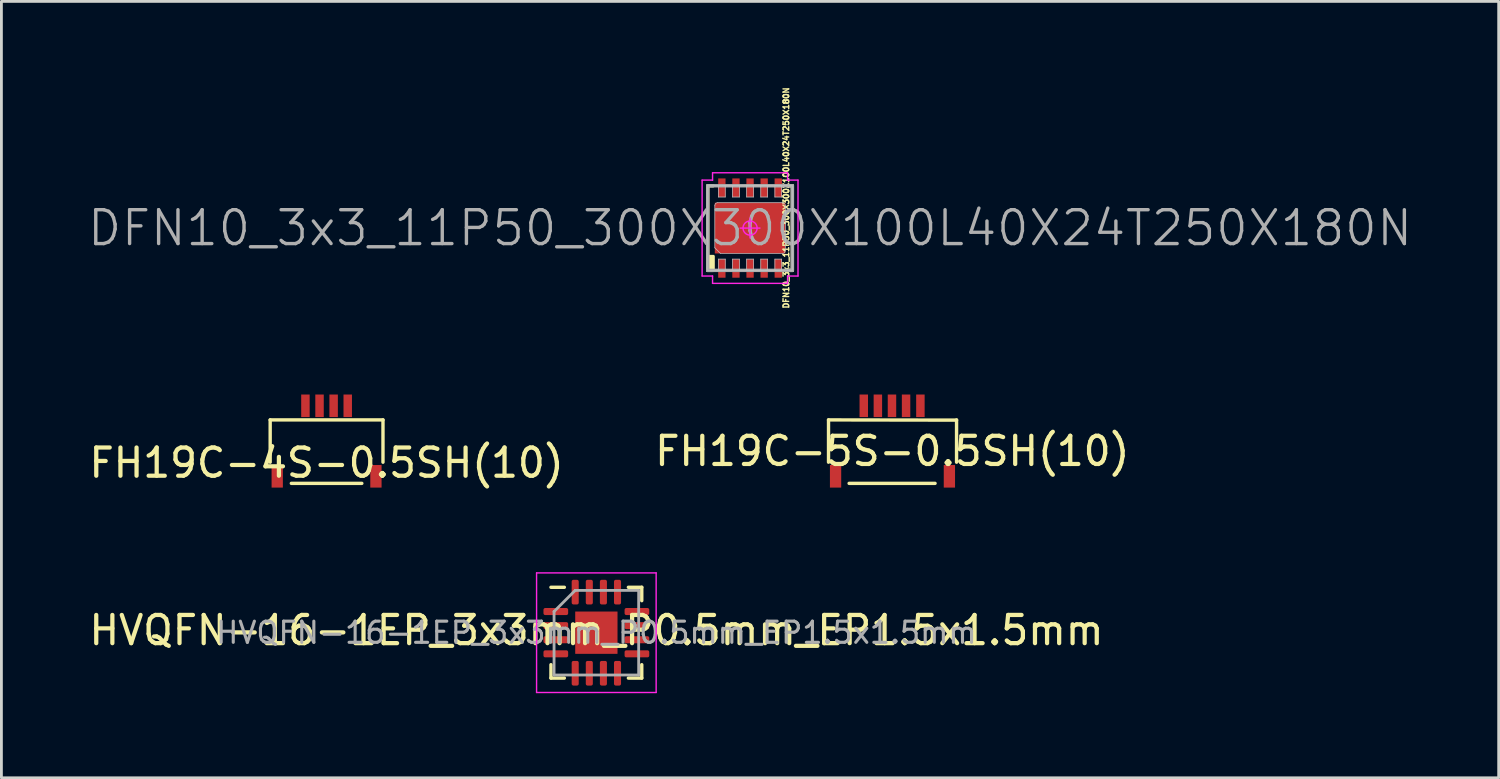
<source format=kicad_pcb>
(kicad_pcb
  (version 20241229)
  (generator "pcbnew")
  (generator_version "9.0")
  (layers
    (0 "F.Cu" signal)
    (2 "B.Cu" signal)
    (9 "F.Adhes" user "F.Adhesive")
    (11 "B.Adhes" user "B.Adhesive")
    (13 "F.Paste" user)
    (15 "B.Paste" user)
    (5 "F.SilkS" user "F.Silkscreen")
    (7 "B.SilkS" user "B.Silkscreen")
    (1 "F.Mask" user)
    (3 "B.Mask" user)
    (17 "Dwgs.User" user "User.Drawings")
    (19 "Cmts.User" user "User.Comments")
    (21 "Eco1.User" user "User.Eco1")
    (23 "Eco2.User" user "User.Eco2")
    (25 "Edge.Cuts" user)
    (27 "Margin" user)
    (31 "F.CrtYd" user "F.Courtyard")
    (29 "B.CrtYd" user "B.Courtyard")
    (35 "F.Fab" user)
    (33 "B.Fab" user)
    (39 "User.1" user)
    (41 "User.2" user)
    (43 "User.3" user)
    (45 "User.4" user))
  (footprint "FH19C-4S-0.5SH(10)"
    (layer "F.Cu")
    (at 8.53 12.863)
    (property "Reference" "FH19C-4S-0.5SH(10)" (at 0 0.5 180) (layer "F.SilkS") (effects (font (size 1 1) (thickness 0.15))))
    (attr through_hole)
    (fp_line (start -2 -1.024) (end -2 0.476) (stroke (width 0.12) (type solid)) (layer "F.SilkS"))
    (fp_line (start -2 -1.024) (end 2 -1.024) (stroke (width 0.12) (type solid)) (layer "F.SilkS"))
    (fp_line (start -1.25 1.226) (end 1.25 1.226) (stroke (width 0.12) (type solid)) (layer "F.SilkS"))
    (fp_line (start 2 -1.024) (end 2 0.476) (stroke (width 0.12) (type solid)) (layer "F.SilkS"))
    (pad "1" smd rect (at -0.75 -1.524) (size 0.3 0.8) (layers "F.Cu" "F.Mask" "F.Paste"))
    (pad "2" smd rect (at -0.25 -1.524) (size 0.3 0.8) (layers "F.Cu" "F.Mask" "F.Paste"))
    (pad "3" smd rect (at 0.25 -1.524) (size 0.3 0.8) (layers "F.Cu" "F.Mask" "F.Paste"))
    (pad "4" smd rect (at 0.75 -1.524) (size 0.3 0.8) (layers "F.Cu" "F.Mask" "F.Paste"))
    (pad "NA" smd rect (at -1.75 0.976) (size 0.4 0.8) (layers "F.Cu" "F.Mask" "F.Paste"))
    (pad "NA" smd rect (at 1.75 0.976) (size 0.4 0.8) (layers "F.Cu" "F.Mask" "F.Paste")))
  (footprint "HVQFN-16-1EP_3x3mm_P0.5mm_EP1.5x1.5mm"
    (layer "F.Cu")
    (at 18.096 19.384)
    (property "Reference" "HVQFN-16-1EP_3x3mm_P0.5mm_EP1.5x1.5mm" (at 0.005 -0.084 180) (layer "F.SilkS") (effects (font (size 1 1) (thickness 0.15))))
    (attr smd)
    (fp_line (start -1.61 1.61) (end -1.61 1.135) (stroke (width 0.12) (type solid)) (layer "F.SilkS"))
    (fp_line (start -1.135 -1.61) (end -1.61 -1.61) (stroke (width 0.12) (type solid)) (layer "F.SilkS"))
    (fp_line (start -1.135 1.61) (end -1.61 1.61) (stroke (width 0.12) (type solid)) (layer "F.SilkS"))
    (fp_line (start 1.135 -1.61) (end 1.61 -1.61) (stroke (width 0.12) (type solid)) (layer "F.SilkS"))
    (fp_line (start 1.135 1.61) (end 1.61 1.61) (stroke (width 0.12) (type solid)) (layer "F.SilkS"))
    (fp_line (start 1.61 -1.61) (end 1.61 -1.135) (stroke (width 0.12) (type solid)) (layer "F.SilkS"))
    (fp_line (start 1.61 1.61) (end 1.61 1.135) (stroke (width 0.12) (type solid)) (layer "F.SilkS"))
    (fp_line (start -2.12 -2.12) (end -2.12 2.12) (stroke (width 0.05) (type solid)) (layer "F.CrtYd"))
    (fp_line (start -2.12 2.12) (end 2.12 2.12) (stroke (width 0.05) (type solid)) (layer "F.CrtYd"))
    (fp_line (start 2.12 -2.12) (end -2.12 -2.12) (stroke (width 0.05) (type solid)) (layer "F.CrtYd"))
    (fp_line (start 2.12 2.12) (end 2.12 -2.12) (stroke (width 0.05) (type solid)) (layer "F.CrtYd"))
    (fp_line (start -1.5 -0.75) (end -0.75 -1.5) (stroke (width 0.1) (type solid)) (layer "F.Fab"))
    (fp_line (start -1.5 1.5) (end -1.5 -0.75) (stroke (width 0.1) (type solid)) (layer "F.Fab"))
    (fp_line (start -0.75 -1.5) (end 1.5 -1.5) (stroke (width 0.1) (type solid)) (layer "F.Fab"))
    (fp_line (start 1.5 -1.5) (end 1.5 1.5) (stroke (width 0.1) (type solid)) (layer "F.Fab"))
    (fp_line (start 1.5 1.5) (end -1.5 1.5) (stroke (width 0.1) (type solid)) (layer "F.Fab"))
    (fp_text user "${REFERENCE}" (at 0 0 180) (layer "F.Fab") (effects (font (size 0.75 0.75) (thickness 0.11))))
    (pad "" smd roundrect (at -0.375 -0.375) (size 0.6 0.6) (layers "F.Paste") (roundrect_rratio 0.25))
    (pad "" smd roundrect (at -0.375 0.375) (size 0.6 0.6) (layers "F.Paste") (roundrect_rratio 0.25))
    (pad "" smd roundrect (at 0.375 -0.375) (size 0.6 0.6) (layers "F.Paste") (roundrect_rratio 0.25))
    (pad "" smd roundrect (at 0.375 0.375) (size 0.6 0.6) (layers "F.Paste") (roundrect_rratio 0.25))
    (pad "1" smd roundrect (at -1.438 -0.75) (size 0.875 0.25) (layers "F.Cu" "F.Mask" "F.Paste") (roundrect_rratio 0.25))
    (pad "2" smd roundrect (at -1.438 -0.25) (size 0.875 0.25) (layers "F.Cu" "F.Mask" "F.Paste") (roundrect_rratio 0.25))
    (pad "3" smd roundrect (at -1.438 0.25) (size 0.875 0.25) (layers "F.Cu" "F.Mask" "F.Paste") (roundrect_rratio 0.25))
    (pad "4" smd roundrect (at -1.438 0.75) (size 0.875 0.25) (layers "F.Cu" "F.Mask" "F.Paste") (roundrect_rratio 0.25))
    (pad "5" smd roundrect (at -0.75 1.438) (size 0.25 0.875) (layers "F.Cu" "F.Mask" "F.Paste") (roundrect_rratio 0.25))
    (pad "6" smd roundrect (at -0.25 1.438) (size 0.25 0.875) (layers "F.Cu" "F.Mask" "F.Paste") (roundrect_rratio 0.25))
    (pad "7" smd roundrect (at 0.25 1.438) (size 0.25 0.875) (layers "F.Cu" "F.Mask" "F.Paste") (roundrect_rratio 0.25))
    (pad "8" smd roundrect (at 0.75 1.438) (size 0.25 0.875) (layers "F.Cu" "F.Mask" "F.Paste") (roundrect_rratio 0.25))
    (pad "9" smd roundrect (at 1.438 0.75) (size 0.875 0.25) (layers "F.Cu" "F.Mask" "F.Paste") (roundrect_rratio 0.25))
    (pad "10" smd roundrect (at 1.438 0.25) (size 0.875 0.25) (layers "F.Cu" "F.Mask" "F.Paste") (roundrect_rratio 0.25))
    (pad "11" smd roundrect (at 1.438 -0.25) (size 0.875 0.25) (layers "F.Cu" "F.Mask" "F.Paste") (roundrect_rratio 0.25))
    (pad "12" smd roundrect (at 1.438 -0.75) (size 0.875 0.25) (layers "F.Cu" "F.Mask" "F.Paste") (roundrect_rratio 0.25))
    (pad "13" smd roundrect (at 0.75 -1.438) (size 0.25 0.875) (layers "F.Cu" "F.Mask" "F.Paste") (roundrect_rratio 0.25))
    (pad "14" smd roundrect (at 0.25 -1.438) (size 0.25 0.875) (layers "F.Cu" "F.Mask" "F.Paste") (roundrect_rratio 0.25))
    (pad "15" smd roundrect (at -0.25 -1.438) (size 0.25 0.875) (layers "F.Cu" "F.Mask" "F.Paste") (roundrect_rratio 0.25))
    (pad "16" smd roundrect (at -0.75 -1.438) (size 0.25 0.875) (layers "F.Cu" "F.Mask" "F.Paste") (roundrect_rratio 0.25))
    (pad "17" smd rect (at 0 0) (size 1.5 1.5) (layers "F.Cu" "F.Mask")))
  (footprint "FH19C-5S-0.5SH(10)"
    (layer "F.Cu")
    (at 28.582 12.863)
    (property "Reference" "FH19C-5S-0.5SH(10)" (at 0.008 0.084 180) (layer "F.SilkS") (effects (font (size 1 1) (thickness 0.15))))
    (attr through_hole)
    (fp_line (start -2.254 -1.024) (end -2.254 0.476) (stroke (width 0.12) (type solid)) (layer "F.SilkS"))
    (fp_line (start -2.254 -1.024) (end 2.286 -1.016) (stroke (width 0.12) (type solid)) (layer "F.SilkS"))
    (fp_line (start -1.524 1.226) (end 1.524 1.226) (stroke (width 0.12) (type solid)) (layer "F.SilkS"))
    (fp_line (start 2.286 -1.024) (end 2.286 0.476) (stroke (width 0.12) (type solid)) (layer "F.SilkS"))
    (pad "1" smd rect (at -1.004 -1.524) (size 0.3 0.8) (layers "F.Cu" "F.Mask" "F.Paste"))
    (pad "2" smd rect (at -0.504 -1.524) (size 0.3 0.8) (layers "F.Cu" "F.Mask" "F.Paste"))
    (pad "3" smd rect (at -0.004 -1.524) (size 0.3 0.8) (layers "F.Cu" "F.Mask" "F.Paste"))
    (pad "4" smd rect (at 0.496 -1.524) (size 0.3 0.8) (layers "F.Cu" "F.Mask" "F.Paste"))
    (pad "5" smd rect (at 1.004 -1.524) (size 0.3 0.8) (layers "F.Cu" "F.Mask" "F.Paste"))
    (pad "NA" smd rect (at -2.004 0.976) (size 0.4 0.8) (layers "F.Cu" "F.Mask" "F.Paste"))
    (pad "NA" smd rect (at 2.032 0.976) (size 0.4 0.8) (layers "F.Cu" "F.Mask" "F.Paste")))
  (footprint "DFN10_3x3_11P50_300X300X100L40X24T250X180N"
    (layer "F.Cu")
    (at 23.546 5.037)
    (property "Reference" "DFN10_3x3_11P50_300X300X100L40X24T250X180N" (at 0 0 180) (layer "F.Fab") (effects (font (size 1.2 1.2) (thickness 0.12))))
    (attr smd)
    (fp_line (start -1.5 -1.5) (end -1.31 -1.5) (stroke (width 0.12) (type solid)) (layer "F.SilkS"))
    (fp_line (start -1.5 1.5) (end -1.5 -1.5) (stroke (width 0.12) (type solid)) (layer "F.SilkS"))
    (fp_line (start -1.31 1.5) (end -1.5 1.5) (stroke (width 0.12) (type solid)) (layer "F.SilkS"))
    (fp_line (start 1.31 1.5) (end 1.5 1.5) (stroke (width 0.12) (type solid)) (layer "F.SilkS"))
    (fp_line (start 1.5 -1.5) (end 1.31 -1.5) (stroke (width 0.12) (type solid)) (layer "F.SilkS"))
    (fp_line (start 1.5 1.5) (end 1.5 -1.5) (stroke (width 0.12) (type solid)) (layer "F.SilkS"))
    (fp_poly (pts (xy -1.3 1.5) (xy -1.5 1.5) (xy -1.5 1) (xy -1.3 1)) (stroke (width 0.1) (type solid)) (fill yes) (layer "F.SilkS"))
    (fp_line (start -1.5 -1.5) (end 1.5 -1.5) (stroke (width 0.025) (type solid)) (layer "Dwgs.User"))
    (fp_line (start -1.5 1.5) (end -1.5 -1.5) (stroke (width 0.025) (type solid)) (layer "Dwgs.User"))
    (fp_line (start -1.25 -0.8) (end -1.25 0.7) (stroke (width 0.025) (type solid)) (layer "Dwgs.User"))
    (fp_line (start -1.25 0.7) (end -1.05 0.9) (stroke (width 0.025) (type solid)) (layer "Dwgs.User"))
    (fp_line (start -1.12 -1.5) (end -0.88 -1.5) (stroke (width 0.025) (type solid)) (layer "Dwgs.User"))
    (fp_line (start -1.12 -1.1) (end -1.12 -1.5) (stroke (width 0.025) (type solid)) (layer "Dwgs.User"))
    (fp_line (start -1.12 1.1) (end -0.88 1.1) (stroke (width 0.025) (type solid)) (layer "Dwgs.User"))
    (fp_line (start -1.12 1.5) (end -1.12 1.1) (stroke (width 0.025) (type solid)) (layer "Dwgs.User"))
    (fp_line (start -1.05 0.9) (end 1.15 0.9) (stroke (width 0.025) (type solid)) (layer "Dwgs.User"))
    (fp_line (start -0.88 -1.5) (end -0.88 -1.1) (stroke (width 0.025) (type solid)) (layer "Dwgs.User"))
    (fp_line (start -0.88 -1.1) (end -1.12 -1.1) (stroke (width 0.025) (type solid)) (layer "Dwgs.User"))
    (fp_line (start -0.88 1.1) (end -0.88 1.5) (stroke (width 0.025) (type solid)) (layer "Dwgs.User"))
    (fp_line (start -0.88 1.5) (end -1.12 1.5) (stroke (width 0.025) (type solid)) (layer "Dwgs.User"))
    (fp_line (start -0.62 -1.5) (end -0.38 -1.5) (stroke (width 0.025) (type solid)) (layer "Dwgs.User"))
    (fp_line (start -0.62 -1.1) (end -0.62 -1.5) (stroke (width 0.025) (type solid)) (layer "Dwgs.User"))
    (fp_line (start -0.62 1.1) (end -0.38 1.1) (stroke (width 0.025) (type solid)) (layer "Dwgs.User"))
    (fp_line (start -0.62 1.5) (end -0.62 1.1) (stroke (width 0.025) (type solid)) (layer "Dwgs.User"))
    (fp_line (start -0.38 -1.5) (end -0.38 -1.1) (stroke (width 0.025) (type solid)) (layer "Dwgs.User"))
    (fp_line (start -0.38 -1.1) (end -0.62 -1.1) (stroke (width 0.025) (type solid)) (layer "Dwgs.User"))
    (fp_line (start -0.38 1.1) (end -0.38 1.5) (stroke (width 0.025) (type solid)) (layer "Dwgs.User"))
    (fp_line (start -0.38 1.5) (end -0.62 1.5) (stroke (width 0.025) (type solid)) (layer "Dwgs.User"))
    (fp_line (start -0.12 -1.5) (end 0.12 -1.5) (stroke (width 0.025) (type solid)) (layer "Dwgs.User"))
    (fp_line (start -0.12 -1.1) (end -0.12 -1.5) (stroke (width 0.025) (type solid)) (layer "Dwgs.User"))
    (fp_line (start -0.12 1.1) (end 0.12 1.1) (stroke (width 0.025) (type solid)) (layer "Dwgs.User"))
    (fp_line (start -0.12 1.5) (end -0.12 1.1) (stroke (width 0.025) (type solid)) (layer "Dwgs.User"))
    (fp_line (start 0.12 -1.5) (end 0.12 -1.1) (stroke (width 0.025) (type solid)) (layer "Dwgs.User"))
    (fp_line (start 0.12 -1.1) (end -0.12 -1.1) (stroke (width 0.025) (type solid)) (layer "Dwgs.User"))
    (fp_line (start 0.12 1.1) (end 0.12 1.5) (stroke (width 0.025) (type solid)) (layer "Dwgs.User"))
    (fp_line (start 0.12 1.5) (end -0.12 1.5) (stroke (width 0.025) (type solid)) (layer "Dwgs.User"))
    (fp_line (start 0.38 -1.5) (end 0.62 -1.5) (stroke (width 0.025) (type solid)) (layer "Dwgs.User"))
    (fp_line (start 0.38 -1.1) (end 0.38 -1.5) (stroke (width 0.025) (type solid)) (layer "Dwgs.User"))
    (fp_line (start 0.38 1.1) (end 0.62 1.1) (stroke (width 0.025) (type solid)) (layer "Dwgs.User"))
    (fp_line (start 0.38 1.5) (end 0.38 1.1) (stroke (width 0.025) (type solid)) (layer "Dwgs.User"))
    (fp_line (start 0.62 -1.5) (end 0.62 -1.1) (stroke (width 0.025) (type solid)) (layer "Dwgs.User"))
    (fp_line (start 0.62 -1.1) (end 0.38 -1.1) (stroke (width 0.025) (type solid)) (layer "Dwgs.User"))
    (fp_line (start 0.62 1.1) (end 0.62 1.5) (stroke (width 0.025) (type solid)) (layer "Dwgs.User"))
    (fp_line (start 0.62 1.5) (end 0.38 1.5) (stroke (width 0.025) (type solid)) (layer "Dwgs.User"))
    (fp_line (start 0.88 -1.5) (end 1.12 -1.5) (stroke (width 0.025) (type solid)) (layer "Dwgs.User"))
    (fp_line (start 0.88 -1.1) (end 0.88 -1.5) (stroke (width 0.025) (type solid)) (layer "Dwgs.User"))
    (fp_line (start 0.88 1.1) (end 1.12 1.1) (stroke (width 0.025) (type solid)) (layer "Dwgs.User"))
    (fp_line (start 0.88 1.5) (end 0.88 1.1) (stroke (width 0.025) (type solid)) (layer "Dwgs.User"))
    (fp_line (start 1.12 -1.5) (end 1.12 -1.1) (stroke (width 0.025) (type solid)) (layer "Dwgs.User"))
    (fp_line (start 1.12 -1.1) (end 0.88 -1.1) (stroke (width 0.025) (type solid)) (layer "Dwgs.User"))
    (fp_line (start 1.12 1.1) (end 1.12 1.5) (stroke (width 0.025) (type solid)) (layer "Dwgs.User"))
    (fp_line (start 1.12 1.5) (end 0.88 1.5) (stroke (width 0.025) (type solid)) (layer "Dwgs.User"))
    (fp_line (start 1.15 -0.9) (end -1.15 -0.9) (stroke (width 0.025) (type solid)) (layer "Dwgs.User"))
    (fp_line (start 1.25 0.8) (end 1.25 -0.8) (stroke (width 0.025) (type solid)) (layer "Dwgs.User"))
    (fp_line (start 1.5 -1.5) (end 1.5 1.5) (stroke (width 0.025) (type solid)) (layer "Dwgs.User"))
    (fp_line (start 1.5 1.5) (end -1.5 1.5) (stroke (width 0.025) (type solid)) (layer "Dwgs.User"))
    (fp_arc (start -1.25 -0.8) (mid -1.220711 -0.870711) (end -1.15 -0.9) (stroke (width 0.025) (type solid)) (layer "Dwgs.User"))
    (fp_arc (start 1.15 -0.9) (mid 1.220711 -0.870711) (end 1.25 -0.8) (stroke (width 0.025) (type solid)) (layer "Dwgs.User"))
    (fp_arc (start 1.25 0.8) (mid 1.220711 0.870711) (end 1.15 0.9) (stroke (width 0.025) (type solid)) (layer "Dwgs.User"))
    (fp_line (start -1.7 -1.7) (end -1.7 1.7) (stroke (width 0.05) (type solid)) (layer "F.CrtYd"))
    (fp_line (start -1.7 1.7) (end -1.33 1.7) (stroke (width 0.05) (type solid)) (layer "F.CrtYd"))
    (fp_line (start -1.33 -1.96) (end -1.33 -1.7) (stroke (width 0.05) (type solid)) (layer "F.CrtYd"))
    (fp_line (start -1.33 -1.7) (end -1.7 -1.7) (stroke (width 0.05) (type solid)) (layer "F.CrtYd"))
    (fp_line (start -1.33 1.7) (end -1.33 1.96) (stroke (width 0.05) (type solid)) (layer "F.CrtYd"))
    (fp_line (start -1.33 1.96) (end 1.33 1.96) (stroke (width 0.05) (type solid)) (layer "F.CrtYd"))
    (fp_line (start -0.35 0) (end 0.35 0) (stroke (width 0.05) (type solid)) (layer "F.CrtYd"))
    (fp_line (start 0 -0.35) (end 0 0.35) (stroke (width 0.05) (type solid)) (layer "F.CrtYd"))
    (fp_line (start 1.33 -1.96) (end -1.33 -1.96) (stroke (width 0.05) (type solid)) (layer "F.CrtYd"))
    (fp_line (start 1.33 -1.7) (end 1.33 -1.96) (stroke (width 0.05) (type solid)) (layer "F.CrtYd"))
    (fp_line (start 1.33 1.7) (end 1.7 1.7) (stroke (width 0.05) (type solid)) (layer "F.CrtYd"))
    (fp_line (start 1.33 1.96) (end 1.33 1.7) (stroke (width 0.05) (type solid)) (layer "F.CrtYd"))
    (fp_line (start 1.7 -1.7) (end 1.33 -1.7) (stroke (width 0.05) (type solid)) (layer "F.CrtYd"))
    (fp_line (start 1.7 1.7) (end 1.7 -1.7) (stroke (width 0.05) (type solid)) (layer "F.CrtYd"))
    (fp_circle (center 0 0) (end 0 0.25) (stroke (width 0.05) (type solid)) (fill no) (layer "F.CrtYd"))
    (fp_line (start -1.5 -1.5) (end 1.5 -1.5) (stroke (width 0.12) (type solid)) (layer "F.Fab"))
    (fp_line (start -1.5 1.5) (end -1.5 -1.5) (stroke (width 0.12) (type solid)) (layer "F.Fab"))
    (fp_line (start 1.5 -1.5) (end 1.5 1.5) (stroke (width 0.12) (type solid)) (layer "F.Fab"))
    (fp_line (start 1.5 1.5) (end -1.5 1.5) (stroke (width 0.12) (type solid)) (layer "F.Fab"))
    (fp_text user "${REFERENCE}" (at 1.279 -1.068 270) (layer "F.SilkS") (effects (font (size 0.2 0.2) (thickness 0.05))))
    (pad "" smd rect (at -0.575 -0.4 90) (size 0.6 0.95) (layers "F.Paste"))
    (pad "" smd rect (at -0.575 0.4 90) (size 0.6 0.95) (layers "F.Paste"))
    (pad "" smd rect (at 0.575 -0.4 90) (size 0.6 0.95) (layers "F.Paste"))
    (pad "" smd rect (at 0.575 0.4 90) (size 0.6 0.95) (layers "F.Paste"))
    (pad "1" smd rect (at -1 1.43 90) (size 0.66 0.26) (layers "F.Cu" "F.Mask" "F.Paste"))
    (pad "2" smd rect (at -0.5 1.43 90) (size 0.66 0.26) (layers "F.Cu" "F.Mask" "F.Paste"))
    (pad "3" smd rect (at 0 1.43 90) (size 0.66 0.26) (layers "F.Cu" "F.Mask" "F.Paste"))
    (pad "4" smd rect (at 0.5 1.43 90) (size 0.66 0.26) (layers "F.Cu" "F.Mask" "F.Paste"))
    (pad "5" smd rect (at 1 1.43 90) (size 0.66 0.26) (layers "F.Cu" "F.Mask" "F.Paste"))
    (pad "6" smd rect (at 1 -1.43 90) (size 0.66 0.26) (layers "F.Cu" "F.Mask" "F.Paste"))
    (pad "7" smd rect (at 0.5 -1.43 90) (size 0.66 0.26) (layers "F.Cu" "F.Mask" "F.Paste"))
    (pad "8" smd rect (at 0 -1.43 90) (size 0.66 0.26) (layers "F.Cu" "F.Mask" "F.Paste"))
    (pad "9" smd rect (at -0.5 -1.43 90) (size 0.66 0.26) (layers "F.Cu" "F.Mask" "F.Paste"))
    (pad "10" smd rect (at -1 -1.43 90) (size 0.66 0.26) (layers "F.Cu" "F.Mask" "F.Paste"))
    (pad "11" smd rect (at 0 0 90) (size 1.8 2.5) (layers "F.Cu" "F.Mask")))
  (gr_rect
    (start -3 -3)
    (end 50.091 24.529)
    (stroke (width 0.1) (type default))
    (fill no)
    (layer "Edge.Cuts")))
</source>
